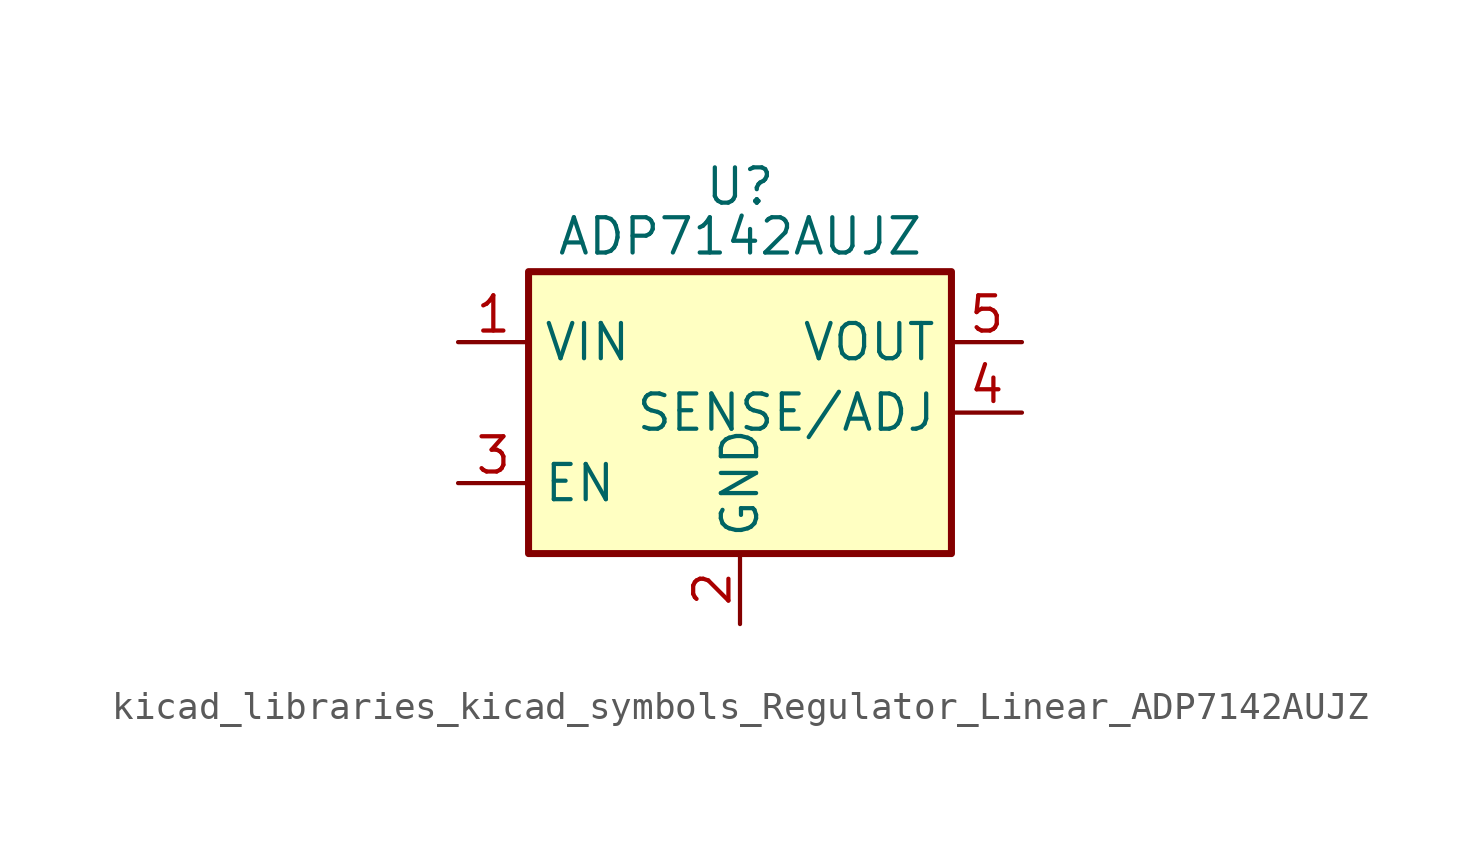
<source format=kicad_sym>
(kicad_symbol_lib
  (version 20220914)
  (generator kicad_symbol_editor)
  (symbol "kicad_libraries_kicad_symbols_Regulator_Linear_ADP7142AUJZ"
    (property "Reference" "U"
      (at 0 8.89 0)
      (effects (font (size 1.27 1.27)) (justify top)))
    (property "Value" "ADP7142AUJZ"
      (at 0 6.35 0)
      (effects (font (size 1.27 1.27))))
    (symbol "kicad_libraries_kicad_symbols_Regulator_Linear_ADP7142AUJZ_0_1"
      (rectangle (start -7.62 5.08) (end 7.62 -5.08) (stroke (width 0.254) (type default)) (fill (type background))))
    (symbol "kicad_libraries_kicad_symbols_Regulator_Linear_ADP7142AUJZ_1_1"
      (pin power_in line (at -10.16 2.54 0) (length 2.54) (name "VIN" (effects (font (size 1.27 1.27)))) (number "1" (effects (font (size 1.27 1.27)))))
      (pin power_in line (at 0 -7.62 90) (length 2.54) (name "GND" (effects (font (size 1.27 1.27)))) (number "2" (effects (font (size 1.27 1.27)))))
      (pin input line (at -10.16 -2.54 0) (length 2.54) (name "EN" (effects (font (size 1.27 1.27)))) (number "3" (effects (font (size 1.27 1.27)))))
      (pin input line (at 10.16 0 180) (length 2.54) (name "SENSE/ADJ" (effects (font (size 1.27 1.27)))) (number "4" (effects (font (size 1.27 1.27)))))
      (pin power_out line (at 10.16 2.54 180) (length 2.54) (name "VOUT" (effects (font (size 1.27 1.27)))) (number "5" (effects (font (size 1.27 1.27))))))))
</source>
